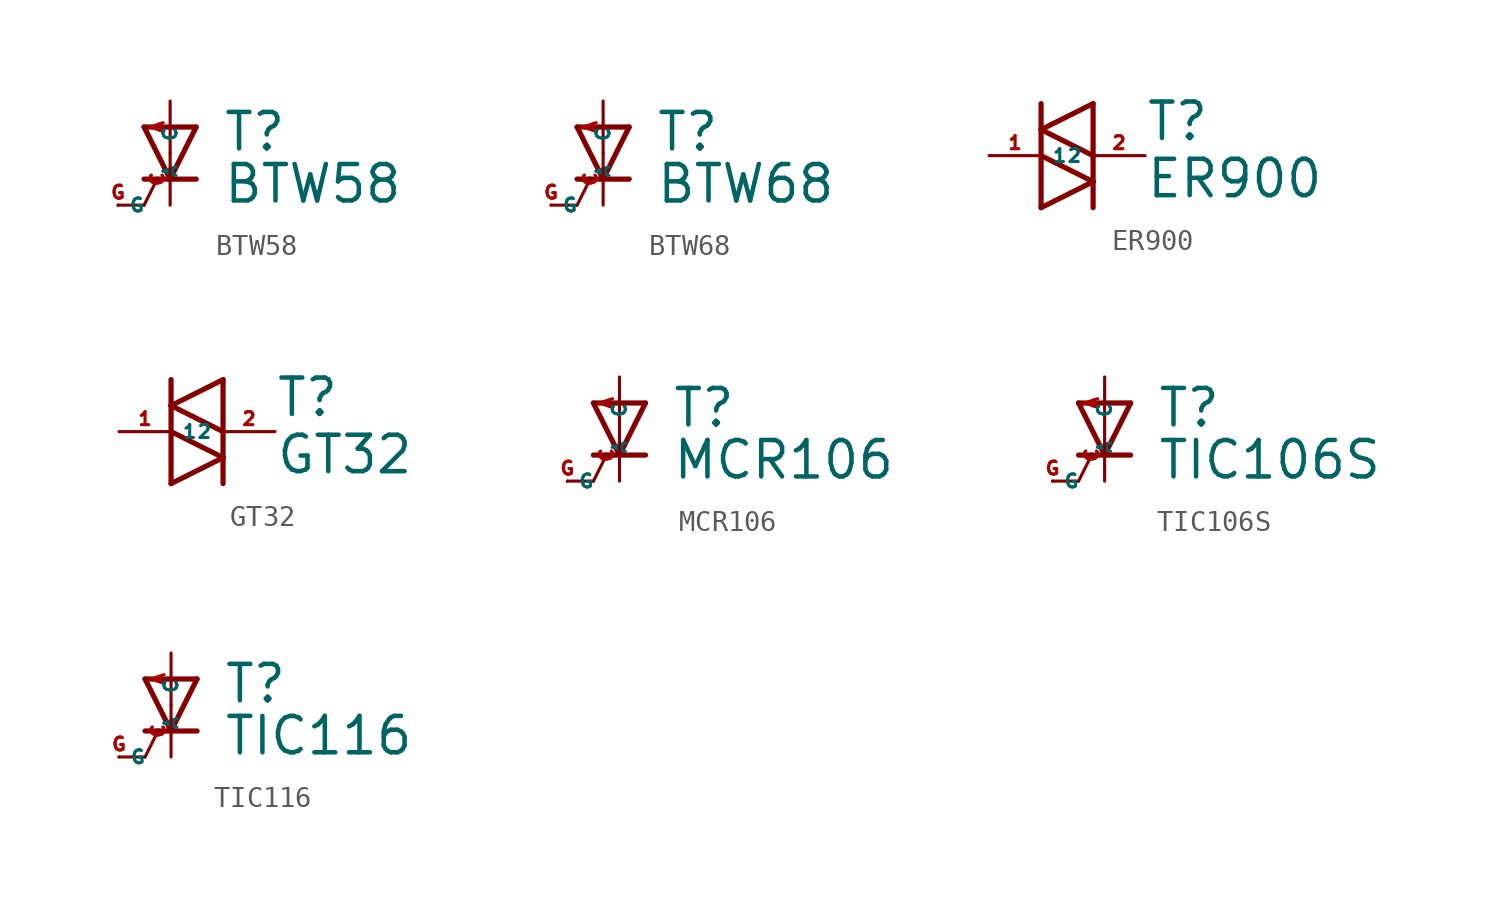
<source format=kicad_sym>
(kicad_symbol_lib
  (version 20220914)
  (generator Eagle2Kicad)
  (symbol "BTW58"
    (property "Reference" "T"
      (at 2.54 0 0)
      (effects (font (size 1.778 1.778) (thickness 0.22)) (justify left bottom)))
    (property "Value" "BTW58"
      (at 2.54 -2.54 0)
      (effects (font (size 1.778 1.778) (thickness 0.22)) (justify left bottom)))
    (polyline
      (pts (xy 0 -1.27) (xy 1.27 -1.27))
      (stroke (width 0.254) (type default))
      (fill (type none)))
    (polyline
      (pts (xy -1.27 -1.27) (xy -0.635 -1.27))
      (stroke (width 0.254) (type default))
      (fill (type none)))
    (polyline
      (pts (xy 1.27 1.27) (xy 0 -1.27))
      (stroke (width 0.254) (type default))
      (fill (type none)))
    (polyline
      (pts (xy 0 -1.27) (xy -1.27 1.27))
      (stroke (width 0.254) (type default))
      (fill (type none)))
    (polyline
      (pts (xy -0.635 -1.27) (xy -1.27 -2.54))
      (stroke (width 0.152) (type default))
      (fill (type none)))
    (polyline
      (pts (xy -0.635 -1.27) (xy 0 -1.27))
      (stroke (width 0.254) (type default))
      (fill (type none)))
    (polyline
      (pts (xy -1.27 -2.54) (xy -2.54 -2.54))
      (stroke (width 0.152) (type default))
      (fill (type none)))
    (polyline
      (pts (xy -1.27 1.27) (xy 1.27 1.27))
      (stroke (width 0.254) (type default))
      (fill (type none)))
    (pin passive line
      (at 0 -2.54 90)
      (length 2.54)
      (name "C" (effects (font (size 0.635 0.635) (thickness 0.08)) (justify left bottom)))
      (number "C" (effects (font (size 0.635 0.635) (thickness 0.08)) (justify left bottom))))
    (pin passive line
      (at 0 2.54 270)
      (length 2.54)
      (name "A" (effects (font (size 0.635 0.635) (thickness 0.08)) (justify left bottom)))
      (number "A" (effects (font (size 0.635 0.635) (thickness 0.08)) (justify left bottom))))
    (pin passive line
      (at -2.54 -2.54 0)
      (length 0)
      (name "G" (effects (font (size 0.635 0.635) (thickness 0.08)) (justify left bottom)))
      (number "G" (effects (font (size 0.635 0.635) (thickness 0.08)) (justify left bottom)))))
  (symbol "BTW68"
    (property "Reference" "T"
      (at 2.54 0 0)
      (effects (font (size 1.778 1.778) (thickness 0.22)) (justify left bottom)))
    (property "Value" "BTW68"
      (at 2.54 -2.54 0)
      (effects (font (size 1.778 1.778) (thickness 0.22)) (justify left bottom)))
    (polyline
      (pts (xy 0 -1.27) (xy 1.27 -1.27))
      (stroke (width 0.254) (type default))
      (fill (type none)))
    (polyline
      (pts (xy -1.27 -1.27) (xy -0.635 -1.27))
      (stroke (width 0.254) (type default))
      (fill (type none)))
    (polyline
      (pts (xy 1.27 1.27) (xy 0 -1.27))
      (stroke (width 0.254) (type default))
      (fill (type none)))
    (polyline
      (pts (xy 0 -1.27) (xy -1.27 1.27))
      (stroke (width 0.254) (type default))
      (fill (type none)))
    (polyline
      (pts (xy -0.635 -1.27) (xy -1.27 -2.54))
      (stroke (width 0.152) (type default))
      (fill (type none)))
    (polyline
      (pts (xy -0.635 -1.27) (xy 0 -1.27))
      (stroke (width 0.254) (type default))
      (fill (type none)))
    (polyline
      (pts (xy -1.27 -2.54) (xy -2.54 -2.54))
      (stroke (width 0.152) (type default))
      (fill (type none)))
    (polyline
      (pts (xy -1.27 1.27) (xy 1.27 1.27))
      (stroke (width 0.254) (type default))
      (fill (type none)))
    (pin passive line
      (at 0 -2.54 90)
      (length 2.54)
      (name "C" (effects (font (size 0.635 0.635) (thickness 0.08)) (justify left bottom)))
      (number "C" (effects (font (size 0.635 0.635) (thickness 0.08)) (justify left bottom))))
    (pin passive line
      (at 0 2.54 270)
      (length 2.54)
      (name "A" (effects (font (size 0.635 0.635) (thickness 0.08)) (justify left bottom)))
      (number "A" (effects (font (size 0.635 0.635) (thickness 0.08)) (justify left bottom))))
    (pin passive line
      (at -2.54 -2.54 0)
      (length 0)
      (name "G" (effects (font (size 0.635 0.635) (thickness 0.08)) (justify left bottom)))
      (number "G" (effects (font (size 0.635 0.635) (thickness 0.08)) (justify left bottom)))))
  (symbol "ER900"
    (property "Reference" "T"
      (at 2.54 0.635 0)
      (effects (font (size 1.778 1.778) (thickness 0.22)) (justify left bottom)))
    (property "Value" "ER900"
      (at 2.54 -2.159 0)
      (effects (font (size 1.778 1.778) (thickness 0.22)) (justify left bottom)))
    (polyline
      (pts (xy -2.54 -2.54) (xy 0 -1.27))
      (stroke (width 0.254) (type default))
      (fill (type none)))
    (polyline
      (pts (xy 0 -1.27) (xy -2.54 0))
      (stroke (width 0.254) (type default))
      (fill (type none)))
    (polyline
      (pts (xy 0 0) (xy 0 -1.27))
      (stroke (width 0.254) (type default))
      (fill (type none)))
    (polyline
      (pts (xy -2.54 0) (xy -2.54 -2.54))
      (stroke (width 0.254) (type default))
      (fill (type none)))
    (polyline
      (pts (xy 0 -1.27) (xy 0 -2.54))
      (stroke (width 0.254) (type default))
      (fill (type none)))
    (polyline
      (pts (xy -2.54 2.54) (xy -2.54 1.27))
      (stroke (width 0.254) (type default))
      (fill (type none)))
    (polyline
      (pts (xy -2.54 1.27) (xy -2.54 0))
      (stroke (width 0.254) (type default))
      (fill (type none)))
    (polyline
      (pts (xy 0 0) (xy -2.54 1.27))
      (stroke (width 0.254) (type default))
      (fill (type none)))
    (polyline
      (pts (xy -2.54 1.27) (xy 0 2.54))
      (stroke (width 0.254) (type default))
      (fill (type none)))
    (polyline
      (pts (xy 0 2.54) (xy 0 0))
      (stroke (width 0.254) (type default))
      (fill (type none)))
    (pin passive line
      (at -5.08 0 0)
      (length 2.54)
      (name "1" (effects (font (size 0.635 0.635) (thickness 0.08)) (justify left bottom)))
      (number "1" (effects (font (size 0.635 0.635) (thickness 0.08)) (justify left bottom))))
    (pin passive line
      (at 2.54 0 180)
      (length 2.54)
      (name "2" (effects (font (size 0.635 0.635) (thickness 0.08)) (justify left bottom)))
      (number "2" (effects (font (size 0.635 0.635) (thickness 0.08)) (justify left bottom)))))
  (symbol "GT32"
    (property "Reference" "T"
      (at 2.54 0.635 0)
      (effects (font (size 1.778 1.778) (thickness 0.22)) (justify left bottom)))
    (property "Value" "GT32"
      (at 2.54 -2.159 0)
      (effects (font (size 1.778 1.778) (thickness 0.22)) (justify left bottom)))
    (polyline
      (pts (xy -2.54 -2.54) (xy 0 -1.27))
      (stroke (width 0.254) (type default))
      (fill (type none)))
    (polyline
      (pts (xy 0 -1.27) (xy -2.54 0))
      (stroke (width 0.254) (type default))
      (fill (type none)))
    (polyline
      (pts (xy 0 0) (xy 0 -1.27))
      (stroke (width 0.254) (type default))
      (fill (type none)))
    (polyline
      (pts (xy -2.54 0) (xy -2.54 -2.54))
      (stroke (width 0.254) (type default))
      (fill (type none)))
    (polyline
      (pts (xy 0 -1.27) (xy 0 -2.54))
      (stroke (width 0.254) (type default))
      (fill (type none)))
    (polyline
      (pts (xy -2.54 2.54) (xy -2.54 1.27))
      (stroke (width 0.254) (type default))
      (fill (type none)))
    (polyline
      (pts (xy -2.54 1.27) (xy -2.54 0))
      (stroke (width 0.254) (type default))
      (fill (type none)))
    (polyline
      (pts (xy 0 0) (xy -2.54 1.27))
      (stroke (width 0.254) (type default))
      (fill (type none)))
    (polyline
      (pts (xy -2.54 1.27) (xy 0 2.54))
      (stroke (width 0.254) (type default))
      (fill (type none)))
    (polyline
      (pts (xy 0 2.54) (xy 0 0))
      (stroke (width 0.254) (type default))
      (fill (type none)))
    (pin passive line
      (at -5.08 0 0)
      (length 2.54)
      (name "1" (effects (font (size 0.635 0.635) (thickness 0.08)) (justify left bottom)))
      (number "1" (effects (font (size 0.635 0.635) (thickness 0.08)) (justify left bottom))))
    (pin passive line
      (at 2.54 0 180)
      (length 2.54)
      (name "2" (effects (font (size 0.635 0.635) (thickness 0.08)) (justify left bottom)))
      (number "2" (effects (font (size 0.635 0.635) (thickness 0.08)) (justify left bottom)))))
  (symbol "MCR106"
    (property "Reference" "T"
      (at 2.54 0 0)
      (effects (font (size 1.778 1.778) (thickness 0.22)) (justify left bottom)))
    (property "Value" "MCR106"
      (at 2.54 -2.54 0)
      (effects (font (size 1.778 1.778) (thickness 0.22)) (justify left bottom)))
    (polyline
      (pts (xy 0 -1.27) (xy 1.27 -1.27))
      (stroke (width 0.254) (type default))
      (fill (type none)))
    (polyline
      (pts (xy -1.27 -1.27) (xy -0.635 -1.27))
      (stroke (width 0.254) (type default))
      (fill (type none)))
    (polyline
      (pts (xy 1.27 1.27) (xy 0 -1.27))
      (stroke (width 0.254) (type default))
      (fill (type none)))
    (polyline
      (pts (xy 0 -1.27) (xy -1.27 1.27))
      (stroke (width 0.254) (type default))
      (fill (type none)))
    (polyline
      (pts (xy -0.635 -1.27) (xy -1.27 -2.54))
      (stroke (width 0.152) (type default))
      (fill (type none)))
    (polyline
      (pts (xy -0.635 -1.27) (xy 0 -1.27))
      (stroke (width 0.254) (type default))
      (fill (type none)))
    (polyline
      (pts (xy -1.27 -2.54) (xy -2.54 -2.54))
      (stroke (width 0.152) (type default))
      (fill (type none)))
    (polyline
      (pts (xy -1.27 1.27) (xy 1.27 1.27))
      (stroke (width 0.254) (type default))
      (fill (type none)))
    (pin passive line
      (at 0 -2.54 90)
      (length 2.54)
      (name "C" (effects (font (size 0.635 0.635) (thickness 0.08)) (justify left bottom)))
      (number "C" (effects (font (size 0.635 0.635) (thickness 0.08)) (justify left bottom))))
    (pin passive line
      (at 0 2.54 270)
      (length 2.54)
      (name "A" (effects (font (size 0.635 0.635) (thickness 0.08)) (justify left bottom)))
      (number "A" (effects (font (size 0.635 0.635) (thickness 0.08)) (justify left bottom))))
    (pin passive line
      (at -2.54 -2.54 0)
      (length 0)
      (name "G" (effects (font (size 0.635 0.635) (thickness 0.08)) (justify left bottom)))
      (number "G" (effects (font (size 0.635 0.635) (thickness 0.08)) (justify left bottom)))))
  (symbol "TIC106S"
    (property "Reference" "T"
      (at 2.54 0 0)
      (effects (font (size 1.778 1.778) (thickness 0.22)) (justify left bottom)))
    (property "Value" "TIC106S"
      (at 2.54 -2.54 0)
      (effects (font (size 1.778 1.778) (thickness 0.22)) (justify left bottom)))
    (polyline
      (pts (xy 0 -1.27) (xy 1.27 -1.27))
      (stroke (width 0.254) (type default))
      (fill (type none)))
    (polyline
      (pts (xy -1.27 -1.27) (xy -0.635 -1.27))
      (stroke (width 0.254) (type default))
      (fill (type none)))
    (polyline
      (pts (xy 1.27 1.27) (xy 0 -1.27))
      (stroke (width 0.254) (type default))
      (fill (type none)))
    (polyline
      (pts (xy 0 -1.27) (xy -1.27 1.27))
      (stroke (width 0.254) (type default))
      (fill (type none)))
    (polyline
      (pts (xy -0.635 -1.27) (xy -1.27 -2.54))
      (stroke (width 0.152) (type default))
      (fill (type none)))
    (polyline
      (pts (xy -0.635 -1.27) (xy 0 -1.27))
      (stroke (width 0.254) (type default))
      (fill (type none)))
    (polyline
      (pts (xy -1.27 -2.54) (xy -2.54 -2.54))
      (stroke (width 0.152) (type default))
      (fill (type none)))
    (polyline
      (pts (xy -1.27 1.27) (xy 1.27 1.27))
      (stroke (width 0.254) (type default))
      (fill (type none)))
    (pin passive line
      (at 0 -2.54 90)
      (length 2.54)
      (name "C" (effects (font (size 0.635 0.635) (thickness 0.08)) (justify left bottom)))
      (number "C" (effects (font (size 0.635 0.635) (thickness 0.08)) (justify left bottom))))
    (pin passive line
      (at 0 2.54 270)
      (length 2.54)
      (name "A" (effects (font (size 0.635 0.635) (thickness 0.08)) (justify left bottom)))
      (number "A" (effects (font (size 0.635 0.635) (thickness 0.08)) (justify left bottom))))
    (pin passive line
      (at -2.54 -2.54 0)
      (length 0)
      (name "G" (effects (font (size 0.635 0.635) (thickness 0.08)) (justify left bottom)))
      (number "G" (effects (font (size 0.635 0.635) (thickness 0.08)) (justify left bottom)))))
  (symbol "TIC116"
    (property "Reference" "T"
      (at 2.54 0 0)
      (effects (font (size 1.778 1.778) (thickness 0.22)) (justify left bottom)))
    (property "Value" "TIC116"
      (at 2.54 -2.54 0)
      (effects (font (size 1.778 1.778) (thickness 0.22)) (justify left bottom)))
    (polyline
      (pts (xy 0 -1.27) (xy 1.27 -1.27))
      (stroke (width 0.254) (type default))
      (fill (type none)))
    (polyline
      (pts (xy -1.27 -1.27) (xy -0.635 -1.27))
      (stroke (width 0.254) (type default))
      (fill (type none)))
    (polyline
      (pts (xy 1.27 1.27) (xy 0 -1.27))
      (stroke (width 0.254) (type default))
      (fill (type none)))
    (polyline
      (pts (xy 0 -1.27) (xy -1.27 1.27))
      (stroke (width 0.254) (type default))
      (fill (type none)))
    (polyline
      (pts (xy -0.635 -1.27) (xy -1.27 -2.54))
      (stroke (width 0.152) (type default))
      (fill (type none)))
    (polyline
      (pts (xy -0.635 -1.27) (xy 0 -1.27))
      (stroke (width 0.254) (type default))
      (fill (type none)))
    (polyline
      (pts (xy -1.27 -2.54) (xy -2.54 -2.54))
      (stroke (width 0.152) (type default))
      (fill (type none)))
    (polyline
      (pts (xy -1.27 1.27) (xy 1.27 1.27))
      (stroke (width 0.254) (type default))
      (fill (type none)))
    (pin passive line
      (at 0 -2.54 90)
      (length 2.54)
      (name "C" (effects (font (size 0.635 0.635) (thickness 0.08)) (justify left bottom)))
      (number "C" (effects (font (size 0.635 0.635) (thickness 0.08)) (justify left bottom))))
    (pin passive line
      (at 0 2.54 270)
      (length 2.54)
      (name "A" (effects (font (size 0.635 0.635) (thickness 0.08)) (justify left bottom)))
      (number "A" (effects (font (size 0.635 0.635) (thickness 0.08)) (justify left bottom))))
    (pin passive line
      (at -2.54 -2.54 0)
      (length 0)
      (name "G" (effects (font (size 0.635 0.635) (thickness 0.08)) (justify left bottom)))
      (number "G" (effects (font (size 0.635 0.635) (thickness 0.08)) (justify left bottom))))))
</source>
